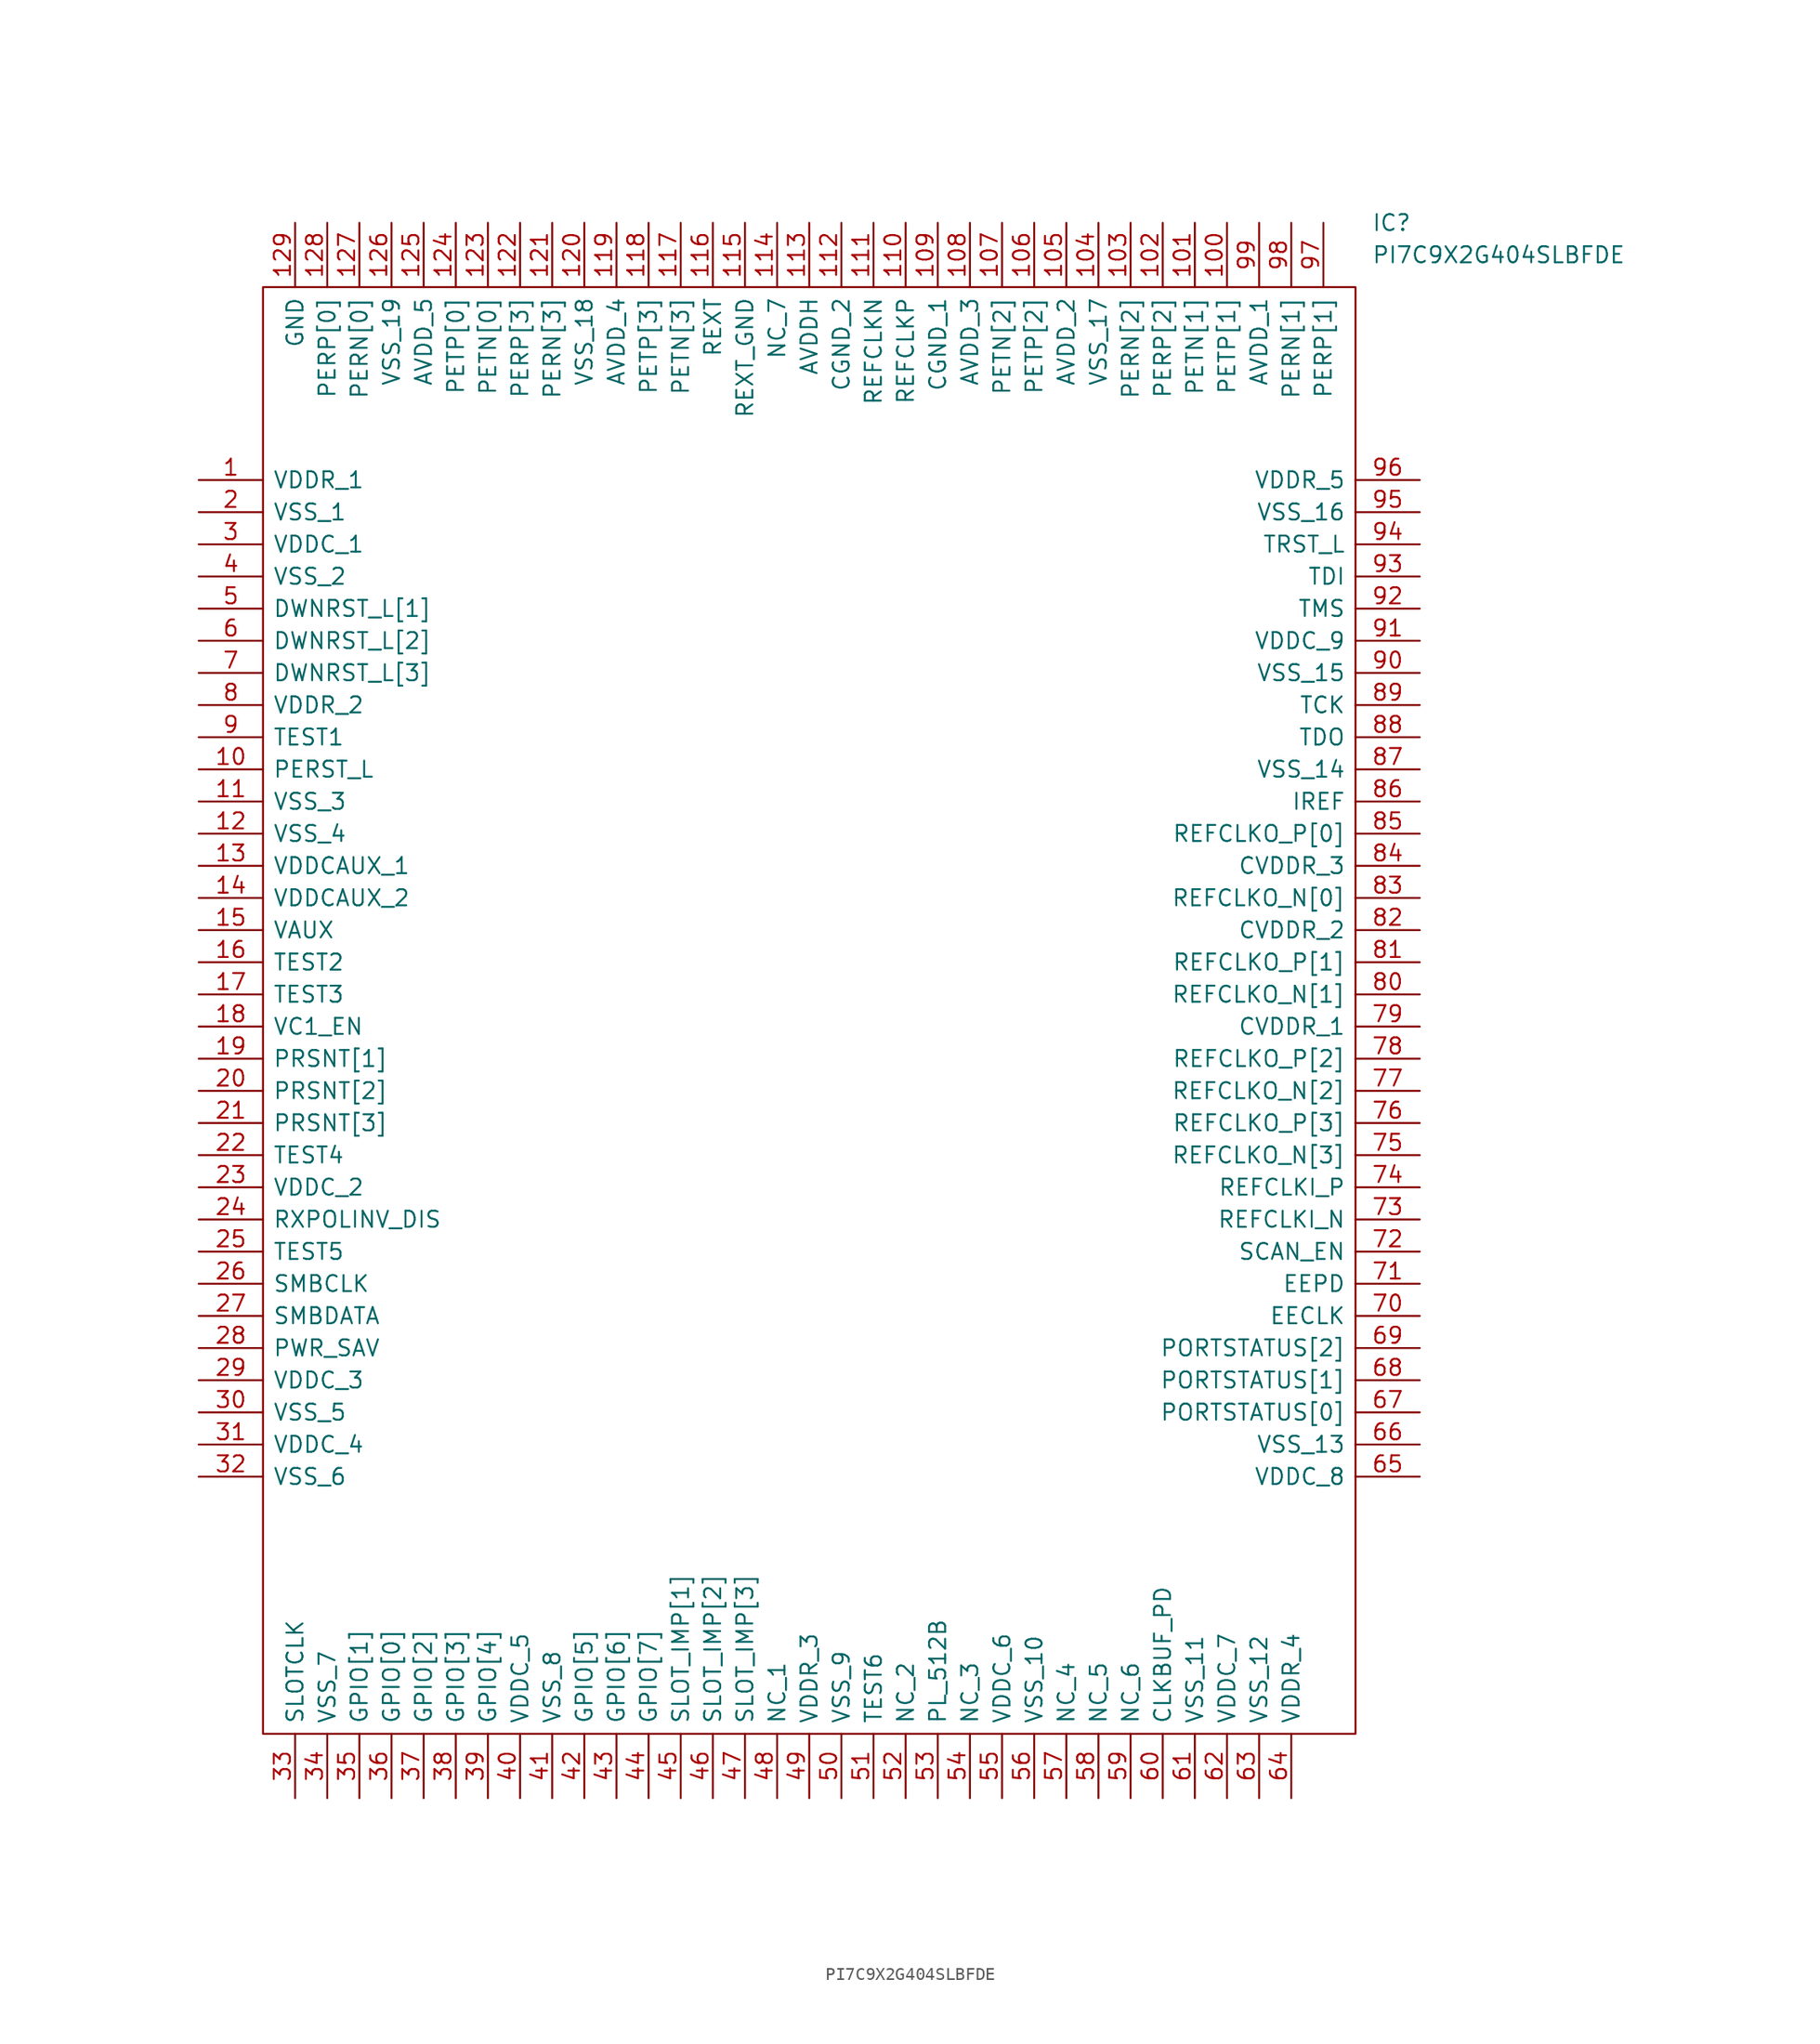
<source format=kicad_sym>
(kicad_symbol_lib
  (version 20201005)
  (generator kicad_symbol_editor)
  (symbol "CM4_MATX:PI7C9X2G404SLBFDE"
    (pin_names
      (offset 0.762))
    (property "Reference" "IC"
      (at 92.71 20.32 0)
      (effects (font (size 1.27 1.27)) (justify left)))
    (property "Value" "PI7C9X2G404SLBFDE"
      (at 92.71 17.78 0)
      (effects (font (size 1.27 1.27)) (justify left)))
    (symbol "PI7C9X2G404SLBFDE_0_1"
      (polyline (pts (xy 5.08 15.24) (xy 91.44 15.24) (xy 91.44 -99.06) (xy 5.08 -99.06) (xy 5.08 15.24)) (stroke (width 0.152)) (fill (type none))))
    (symbol "PI7C9X2G404SLBFDE_0_0"
      (pin passive line (at 0 0 0) (length 5.08) (name "VDDR_1" (effects (font (size 1.27 1.27)))) (number "1" (effects (font (size 1.27 1.27)))))
      (pin passive line (at 0 -2.54 0) (length 5.08) (name "VSS_1" (effects (font (size 1.27 1.27)))) (number "2" (effects (font (size 1.27 1.27)))))
      (pin passive line (at 0 -5.08 0) (length 5.08) (name "VDDC_1" (effects (font (size 1.27 1.27)))) (number "3" (effects (font (size 1.27 1.27)))))
      (pin passive line (at 0 -7.62 0) (length 5.08) (name "VSS_2" (effects (font (size 1.27 1.27)))) (number "4" (effects (font (size 1.27 1.27)))))
      (pin passive line (at 0 -10.16 0) (length 5.08) (name "DWNRST_L[1]" (effects (font (size 1.27 1.27)))) (number "5" (effects (font (size 1.27 1.27)))))
      (pin passive line (at 0 -12.7 0) (length 5.08) (name "DWNRST_L[2]" (effects (font (size 1.27 1.27)))) (number "6" (effects (font (size 1.27 1.27)))))
      (pin passive line (at 0 -15.24 0) (length 5.08) (name "DWNRST_L[3]" (effects (font (size 1.27 1.27)))) (number "7" (effects (font (size 1.27 1.27)))))
      (pin passive line (at 0 -17.78 0) (length 5.08) (name "VDDR_2" (effects (font (size 1.27 1.27)))) (number "8" (effects (font (size 1.27 1.27)))))
      (pin passive line (at 0 -20.32 0) (length 5.08) (name "TEST1" (effects (font (size 1.27 1.27)))) (number "9" (effects (font (size 1.27 1.27)))))
      (pin passive line (at 0 -22.86 0) (length 5.08) (name "PERST_L" (effects (font (size 1.27 1.27)))) (number "10" (effects (font (size 1.27 1.27)))))
      (pin passive line (at 0 -25.4 0) (length 5.08) (name "VSS_3" (effects (font (size 1.27 1.27)))) (number "11" (effects (font (size 1.27 1.27)))))
      (pin passive line (at 0 -27.94 0) (length 5.08) (name "VSS_4" (effects (font (size 1.27 1.27)))) (number "12" (effects (font (size 1.27 1.27)))))
      (pin passive line (at 0 -30.48 0) (length 5.08) (name "VDDCAUX_1" (effects (font (size 1.27 1.27)))) (number "13" (effects (font (size 1.27 1.27)))))
      (pin passive line (at 0 -33.02 0) (length 5.08) (name "VDDCAUX_2" (effects (font (size 1.27 1.27)))) (number "14" (effects (font (size 1.27 1.27)))))
      (pin passive line (at 0 -35.56 0) (length 5.08) (name "VAUX" (effects (font (size 1.27 1.27)))) (number "15" (effects (font (size 1.27 1.27)))))
      (pin passive line (at 0 -38.1 0) (length 5.08) (name "TEST2" (effects (font (size 1.27 1.27)))) (number "16" (effects (font (size 1.27 1.27)))))
      (pin passive line (at 0 -40.64 0) (length 5.08) (name "TEST3" (effects (font (size 1.27 1.27)))) (number "17" (effects (font (size 1.27 1.27)))))
      (pin passive line (at 0 -43.18 0) (length 5.08) (name "VC1_EN" (effects (font (size 1.27 1.27)))) (number "18" (effects (font (size 1.27 1.27)))))
      (pin passive line (at 0 -45.72 0) (length 5.08) (name "PRSNT[1]" (effects (font (size 1.27 1.27)))) (number "19" (effects (font (size 1.27 1.27)))))
      (pin passive line (at 0 -48.26 0) (length 5.08) (name "PRSNT[2]" (effects (font (size 1.27 1.27)))) (number "20" (effects (font (size 1.27 1.27)))))
      (pin passive line (at 0 -50.8 0) (length 5.08) (name "PRSNT[3]" (effects (font (size 1.27 1.27)))) (number "21" (effects (font (size 1.27 1.27)))))
      (pin passive line (at 0 -53.34 0) (length 5.08) (name "TEST4" (effects (font (size 1.27 1.27)))) (number "22" (effects (font (size 1.27 1.27)))))
      (pin passive line (at 0 -55.88 0) (length 5.08) (name "VDDC_2" (effects (font (size 1.27 1.27)))) (number "23" (effects (font (size 1.27 1.27)))))
      (pin passive line (at 0 -58.42 0) (length 5.08) (name "RXPOLINV_DIS" (effects (font (size 1.27 1.27)))) (number "24" (effects (font (size 1.27 1.27)))))
      (pin passive line (at 0 -60.96 0) (length 5.08) (name "TEST5" (effects (font (size 1.27 1.27)))) (number "25" (effects (font (size 1.27 1.27)))))
      (pin passive line (at 0 -63.5 0) (length 5.08) (name "SMBCLK" (effects (font (size 1.27 1.27)))) (number "26" (effects (font (size 1.27 1.27)))))
      (pin passive line (at 0 -66.04 0) (length 5.08) (name "SMBDATA" (effects (font (size 1.27 1.27)))) (number "27" (effects (font (size 1.27 1.27)))))
      (pin passive line (at 0 -68.58 0) (length 5.08) (name "PWR_SAV" (effects (font (size 1.27 1.27)))) (number "28" (effects (font (size 1.27 1.27)))))
      (pin passive line (at 0 -71.12 0) (length 5.08) (name "VDDC_3" (effects (font (size 1.27 1.27)))) (number "29" (effects (font (size 1.27 1.27)))))
      (pin passive line (at 0 -73.66 0) (length 5.08) (name "VSS_5" (effects (font (size 1.27 1.27)))) (number "30" (effects (font (size 1.27 1.27)))))
      (pin passive line (at 0 -76.2 0) (length 5.08) (name "VDDC_4" (effects (font (size 1.27 1.27)))) (number "31" (effects (font (size 1.27 1.27)))))
      (pin passive line (at 0 -78.74 0) (length 5.08) (name "VSS_6" (effects (font (size 1.27 1.27)))) (number "32" (effects (font (size 1.27 1.27)))))
      (pin passive line (at 7.62 -104.14 90) (length 5.08) (name "SLOTCLK" (effects (font (size 1.27 1.27)))) (number "33" (effects (font (size 1.27 1.27)))))
      (pin passive line (at 10.16 -104.14 90) (length 5.08) (name "VSS_7" (effects (font (size 1.27 1.27)))) (number "34" (effects (font (size 1.27 1.27)))))
      (pin passive line (at 12.7 -104.14 90) (length 5.08) (name "GPIO[1]" (effects (font (size 1.27 1.27)))) (number "35" (effects (font (size 1.27 1.27)))))
      (pin passive line (at 15.24 -104.14 90) (length 5.08) (name "GPIO[0]" (effects (font (size 1.27 1.27)))) (number "36" (effects (font (size 1.27 1.27)))))
      (pin passive line (at 17.78 -104.14 90) (length 5.08) (name "GPIO[2]" (effects (font (size 1.27 1.27)))) (number "37" (effects (font (size 1.27 1.27)))))
      (pin passive line (at 20.32 -104.14 90) (length 5.08) (name "GPIO[3]" (effects (font (size 1.27 1.27)))) (number "38" (effects (font (size 1.27 1.27)))))
      (pin passive line (at 22.86 -104.14 90) (length 5.08) (name "GPIO[4]" (effects (font (size 1.27 1.27)))) (number "39" (effects (font (size 1.27 1.27)))))
      (pin passive line (at 25.4 -104.14 90) (length 5.08) (name "VDDC_5" (effects (font (size 1.27 1.27)))) (number "40" (effects (font (size 1.27 1.27)))))
      (pin passive line (at 27.94 -104.14 90) (length 5.08) (name "VSS_8" (effects (font (size 1.27 1.27)))) (number "41" (effects (font (size 1.27 1.27)))))
      (pin passive line (at 30.48 -104.14 90) (length 5.08) (name "GPIO[5]" (effects (font (size 1.27 1.27)))) (number "42" (effects (font (size 1.27 1.27)))))
      (pin passive line (at 33.02 -104.14 90) (length 5.08) (name "GPIO[6]" (effects (font (size 1.27 1.27)))) (number "43" (effects (font (size 1.27 1.27)))))
      (pin passive line (at 35.56 -104.14 90) (length 5.08) (name "GPIO[7]" (effects (font (size 1.27 1.27)))) (number "44" (effects (font (size 1.27 1.27)))))
      (pin passive line (at 38.1 -104.14 90) (length 5.08) (name "SLOT_IMP[1]" (effects (font (size 1.27 1.27)))) (number "45" (effects (font (size 1.27 1.27)))))
      (pin passive line (at 40.64 -104.14 90) (length 5.08) (name "SLOT_IMP[2]" (effects (font (size 1.27 1.27)))) (number "46" (effects (font (size 1.27 1.27)))))
      (pin passive line (at 43.18 -104.14 90) (length 5.08) (name "SLOT_IMP[3]" (effects (font (size 1.27 1.27)))) (number "47" (effects (font (size 1.27 1.27)))))
      (pin passive line (at 45.72 -104.14 90) (length 5.08) (name "NC_1" (effects (font (size 1.27 1.27)))) (number "48" (effects (font (size 1.27 1.27)))))
      (pin passive line (at 48.26 -104.14 90) (length 5.08) (name "VDDR_3" (effects (font (size 1.27 1.27)))) (number "49" (effects (font (size 1.27 1.27)))))
      (pin passive line (at 50.8 -104.14 90) (length 5.08) (name "VSS_9" (effects (font (size 1.27 1.27)))) (number "50" (effects (font (size 1.27 1.27)))))
      (pin passive line (at 53.34 -104.14 90) (length 5.08) (name "TEST6" (effects (font (size 1.27 1.27)))) (number "51" (effects (font (size 1.27 1.27)))))
      (pin passive line (at 55.88 -104.14 90) (length 5.08) (name "NC_2" (effects (font (size 1.27 1.27)))) (number "52" (effects (font (size 1.27 1.27)))))
      (pin passive line (at 58.42 -104.14 90) (length 5.08) (name "PL_512B" (effects (font (size 1.27 1.27)))) (number "53" (effects (font (size 1.27 1.27)))))
      (pin passive line (at 60.96 -104.14 90) (length 5.08) (name "NC_3" (effects (font (size 1.27 1.27)))) (number "54" (effects (font (size 1.27 1.27)))))
      (pin passive line (at 63.5 -104.14 90) (length 5.08) (name "VDDC_6" (effects (font (size 1.27 1.27)))) (number "55" (effects (font (size 1.27 1.27)))))
      (pin passive line (at 66.04 -104.14 90) (length 5.08) (name "VSS_10" (effects (font (size 1.27 1.27)))) (number "56" (effects (font (size 1.27 1.27)))))
      (pin passive line (at 68.58 -104.14 90) (length 5.08) (name "NC_4" (effects (font (size 1.27 1.27)))) (number "57" (effects (font (size 1.27 1.27)))))
      (pin passive line (at 71.12 -104.14 90) (length 5.08) (name "NC_5" (effects (font (size 1.27 1.27)))) (number "58" (effects (font (size 1.27 1.27)))))
      (pin passive line (at 73.66 -104.14 90) (length 5.08) (name "NC_6" (effects (font (size 1.27 1.27)))) (number "59" (effects (font (size 1.27 1.27)))))
      (pin passive line (at 76.2 -104.14 90) (length 5.08) (name "CLKBUF_PD" (effects (font (size 1.27 1.27)))) (number "60" (effects (font (size 1.27 1.27)))))
      (pin passive line (at 78.74 -104.14 90) (length 5.08) (name "VSS_11" (effects (font (size 1.27 1.27)))) (number "61" (effects (font (size 1.27 1.27)))))
      (pin passive line (at 81.28 -104.14 90) (length 5.08) (name "VDDC_7" (effects (font (size 1.27 1.27)))) (number "62" (effects (font (size 1.27 1.27)))))
      (pin passive line (at 83.82 -104.14 90) (length 5.08) (name "VSS_12" (effects (font (size 1.27 1.27)))) (number "63" (effects (font (size 1.27 1.27)))))
      (pin passive line (at 86.36 -104.14 90) (length 5.08) (name "VDDR_4" (effects (font (size 1.27 1.27)))) (number "64" (effects (font (size 1.27 1.27)))))
      (pin passive line (at 96.52 0 180) (length 5.08) (name "VDDR_5" (effects (font (size 1.27 1.27)))) (number "96" (effects (font (size 1.27 1.27)))))
      (pin passive line (at 96.52 -2.54 180) (length 5.08) (name "VSS_16" (effects (font (size 1.27 1.27)))) (number "95" (effects (font (size 1.27 1.27)))))
      (pin passive line (at 96.52 -5.08 180) (length 5.08) (name "TRST_L" (effects (font (size 1.27 1.27)))) (number "94" (effects (font (size 1.27 1.27)))))
      (pin passive line (at 96.52 -7.62 180) (length 5.08) (name "TDI" (effects (font (size 1.27 1.27)))) (number "93" (effects (font (size 1.27 1.27)))))
      (pin passive line (at 96.52 -10.16 180) (length 5.08) (name "TMS" (effects (font (size 1.27 1.27)))) (number "92" (effects (font (size 1.27 1.27)))))
      (pin passive line (at 96.52 -12.7 180) (length 5.08) (name "VDDC_9" (effects (font (size 1.27 1.27)))) (number "91" (effects (font (size 1.27 1.27)))))
      (pin passive line (at 96.52 -15.24 180) (length 5.08) (name "VSS_15" (effects (font (size 1.27 1.27)))) (number "90" (effects (font (size 1.27 1.27)))))
      (pin passive line (at 96.52 -17.78 180) (length 5.08) (name "TCK" (effects (font (size 1.27 1.27)))) (number "89" (effects (font (size 1.27 1.27)))))
      (pin passive line (at 96.52 -20.32 180) (length 5.08) (name "TDO" (effects (font (size 1.27 1.27)))) (number "88" (effects (font (size 1.27 1.27)))))
      (pin passive line (at 96.52 -22.86 180) (length 5.08) (name "VSS_14" (effects (font (size 1.27 1.27)))) (number "87" (effects (font (size 1.27 1.27)))))
      (pin passive line (at 96.52 -25.4 180) (length 5.08) (name "IREF" (effects (font (size 1.27 1.27)))) (number "86" (effects (font (size 1.27 1.27)))))
      (pin passive line (at 96.52 -27.94 180) (length 5.08) (name "REFCLKO_P[0]" (effects (font (size 1.27 1.27)))) (number "85" (effects (font (size 1.27 1.27)))))
      (pin passive line (at 96.52 -30.48 180) (length 5.08) (name "CVDDR_3" (effects (font (size 1.27 1.27)))) (number "84" (effects (font (size 1.27 1.27)))))
      (pin passive line (at 96.52 -33.02 180) (length 5.08) (name "REFCLKO_N[0]" (effects (font (size 1.27 1.27)))) (number "83" (effects (font (size 1.27 1.27)))))
      (pin passive line (at 96.52 -35.56 180) (length 5.08) (name "CVDDR_2" (effects (font (size 1.27 1.27)))) (number "82" (effects (font (size 1.27 1.27)))))
      (pin passive line (at 96.52 -38.1 180) (length 5.08) (name "REFCLKO_P[1]" (effects (font (size 1.27 1.27)))) (number "81" (effects (font (size 1.27 1.27)))))
      (pin passive line (at 96.52 -40.64 180) (length 5.08) (name "REFCLKO_N[1]" (effects (font (size 1.27 1.27)))) (number "80" (effects (font (size 1.27 1.27)))))
      (pin passive line (at 96.52 -43.18 180) (length 5.08) (name "CVDDR_1" (effects (font (size 1.27 1.27)))) (number "79" (effects (font (size 1.27 1.27)))))
      (pin passive line (at 96.52 -45.72 180) (length 5.08) (name "REFCLKO_P[2]" (effects (font (size 1.27 1.27)))) (number "78" (effects (font (size 1.27 1.27)))))
      (pin passive line (at 96.52 -48.26 180) (length 5.08) (name "REFCLKO_N[2]" (effects (font (size 1.27 1.27)))) (number "77" (effects (font (size 1.27 1.27)))))
      (pin passive line (at 96.52 -50.8 180) (length 5.08) (name "REFCLKO_P[3]" (effects (font (size 1.27 1.27)))) (number "76" (effects (font (size 1.27 1.27)))))
      (pin passive line (at 96.52 -53.34 180) (length 5.08) (name "REFCLKO_N[3]" (effects (font (size 1.27 1.27)))) (number "75" (effects (font (size 1.27 1.27)))))
      (pin passive line (at 96.52 -55.88 180) (length 5.08) (name "REFCLKI_P" (effects (font (size 1.27 1.27)))) (number "74" (effects (font (size 1.27 1.27)))))
      (pin passive line (at 96.52 -58.42 180) (length 5.08) (name "REFCLKI_N" (effects (font (size 1.27 1.27)))) (number "73" (effects (font (size 1.27 1.27)))))
      (pin passive line (at 96.52 -60.96 180) (length 5.08) (name "SCAN_EN" (effects (font (size 1.27 1.27)))) (number "72" (effects (font (size 1.27 1.27)))))
      (pin passive line (at 96.52 -63.5 180) (length 5.08) (name "EEPD" (effects (font (size 1.27 1.27)))) (number "71" (effects (font (size 1.27 1.27)))))
      (pin passive line (at 96.52 -66.04 180) (length 5.08) (name "EECLK" (effects (font (size 1.27 1.27)))) (number "70" (effects (font (size 1.27 1.27)))))
      (pin passive line (at 96.52 -68.58 180) (length 5.08) (name "PORTSTATUS[2]" (effects (font (size 1.27 1.27)))) (number "69" (effects (font (size 1.27 1.27)))))
      (pin passive line (at 96.52 -71.12 180) (length 5.08) (name "PORTSTATUS[1]" (effects (font (size 1.27 1.27)))) (number "68" (effects (font (size 1.27 1.27)))))
      (pin passive line (at 96.52 -73.66 180) (length 5.08) (name "PORTSTATUS[0]" (effects (font (size 1.27 1.27)))) (number "67" (effects (font (size 1.27 1.27)))))
      (pin passive line (at 96.52 -76.2 180) (length 5.08) (name "VSS_13" (effects (font (size 1.27 1.27)))) (number "66" (effects (font (size 1.27 1.27)))))
      (pin passive line (at 96.52 -78.74 180) (length 5.08) (name "VDDC_8" (effects (font (size 1.27 1.27)))) (number "65" (effects (font (size 1.27 1.27)))))
      (pin passive line (at 7.62 20.32 270) (length 5.08) (name "GND" (effects (font (size 1.27 1.27)))) (number "129" (effects (font (size 1.27 1.27)))))
      (pin passive line (at 10.16 20.32 270) (length 5.08) (name "PERP[0]" (effects (font (size 1.27 1.27)))) (number "128" (effects (font (size 1.27 1.27)))))
      (pin passive line (at 12.7 20.32 270) (length 5.08) (name "PERN[0]" (effects (font (size 1.27 1.27)))) (number "127" (effects (font (size 1.27 1.27)))))
      (pin passive line (at 15.24 20.32 270) (length 5.08) (name "VSS_19" (effects (font (size 1.27 1.27)))) (number "126" (effects (font (size 1.27 1.27)))))
      (pin passive line (at 17.78 20.32 270) (length 5.08) (name "AVDD_5" (effects (font (size 1.27 1.27)))) (number "125" (effects (font (size 1.27 1.27)))))
      (pin passive line (at 20.32 20.32 270) (length 5.08) (name "PETP[0]" (effects (font (size 1.27 1.27)))) (number "124" (effects (font (size 1.27 1.27)))))
      (pin passive line (at 22.86 20.32 270) (length 5.08) (name "PETN[0]" (effects (font (size 1.27 1.27)))) (number "123" (effects (font (size 1.27 1.27)))))
      (pin passive line (at 25.4 20.32 270) (length 5.08) (name "PERP[3]" (effects (font (size 1.27 1.27)))) (number "122" (effects (font (size 1.27 1.27)))))
      (pin passive line (at 27.94 20.32 270) (length 5.08) (name "PERN[3]" (effects (font (size 1.27 1.27)))) (number "121" (effects (font (size 1.27 1.27)))))
      (pin passive line (at 30.48 20.32 270) (length 5.08) (name "VSS_18" (effects (font (size 1.27 1.27)))) (number "120" (effects (font (size 1.27 1.27)))))
      (pin passive line (at 33.02 20.32 270) (length 5.08) (name "AVDD_4" (effects (font (size 1.27 1.27)))) (number "119" (effects (font (size 1.27 1.27)))))
      (pin passive line (at 35.56 20.32 270) (length 5.08) (name "PETP[3]" (effects (font (size 1.27 1.27)))) (number "118" (effects (font (size 1.27 1.27)))))
      (pin passive line (at 38.1 20.32 270) (length 5.08) (name "PETN[3]" (effects (font (size 1.27 1.27)))) (number "117" (effects (font (size 1.27 1.27)))))
      (pin passive line (at 40.64 20.32 270) (length 5.08) (name "REXT" (effects (font (size 1.27 1.27)))) (number "116" (effects (font (size 1.27 1.27)))))
      (pin passive line (at 43.18 20.32 270) (length 5.08) (name "REXT_GND" (effects (font (size 1.27 1.27)))) (number "115" (effects (font (size 1.27 1.27)))))
      (pin passive line (at 45.72 20.32 270) (length 5.08) (name "NC_7" (effects (font (size 1.27 1.27)))) (number "114" (effects (font (size 1.27 1.27)))))
      (pin passive line (at 48.26 20.32 270) (length 5.08) (name "AVDDH" (effects (font (size 1.27 1.27)))) (number "113" (effects (font (size 1.27 1.27)))))
      (pin passive line (at 50.8 20.32 270) (length 5.08) (name "CGND_2" (effects (font (size 1.27 1.27)))) (number "112" (effects (font (size 1.27 1.27)))))
      (pin passive line (at 53.34 20.32 270) (length 5.08) (name "REFCLKN" (effects (font (size 1.27 1.27)))) (number "111" (effects (font (size 1.27 1.27)))))
      (pin passive line (at 55.88 20.32 270) (length 5.08) (name "REFCLKP" (effects (font (size 1.27 1.27)))) (number "110" (effects (font (size 1.27 1.27)))))
      (pin passive line (at 58.42 20.32 270) (length 5.08) (name "CGND_1" (effects (font (size 1.27 1.27)))) (number "109" (effects (font (size 1.27 1.27)))))
      (pin passive line (at 60.96 20.32 270) (length 5.08) (name "AVDD_3" (effects (font (size 1.27 1.27)))) (number "108" (effects (font (size 1.27 1.27)))))
      (pin passive line (at 63.5 20.32 270) (length 5.08) (name "PETN[2]" (effects (font (size 1.27 1.27)))) (number "107" (effects (font (size 1.27 1.27)))))
      (pin passive line (at 66.04 20.32 270) (length 5.08) (name "PETP[2]" (effects (font (size 1.27 1.27)))) (number "106" (effects (font (size 1.27 1.27)))))
      (pin passive line (at 68.58 20.32 270) (length 5.08) (name "AVDD_2" (effects (font (size 1.27 1.27)))) (number "105" (effects (font (size 1.27 1.27)))))
      (pin passive line (at 71.12 20.32 270) (length 5.08) (name "VSS_17" (effects (font (size 1.27 1.27)))) (number "104" (effects (font (size 1.27 1.27)))))
      (pin passive line (at 73.66 20.32 270) (length 5.08) (name "PERN[2]" (effects (font (size 1.27 1.27)))) (number "103" (effects (font (size 1.27 1.27)))))
      (pin passive line (at 76.2 20.32 270) (length 5.08) (name "PERP[2]" (effects (font (size 1.27 1.27)))) (number "102" (effects (font (size 1.27 1.27)))))
      (pin passive line (at 78.74 20.32 270) (length 5.08) (name "PETN[1]" (effects (font (size 1.27 1.27)))) (number "101" (effects (font (size 1.27 1.27)))))
      (pin passive line (at 81.28 20.32 270) (length 5.08) (name "PETP[1]" (effects (font (size 1.27 1.27)))) (number "100" (effects (font (size 1.27 1.27)))))
      (pin passive line (at 83.82 20.32 270) (length 5.08) (name "AVDD_1" (effects (font (size 1.27 1.27)))) (number "99" (effects (font (size 1.27 1.27)))))
      (pin passive line (at 86.36 20.32 270) (length 5.08) (name "PERN[1]" (effects (font (size 1.27 1.27)))) (number "98" (effects (font (size 1.27 1.27)))))
      (pin passive line (at 88.9 20.32 270) (length 5.08) (name "PERP[1]" (effects (font (size 1.27 1.27)))) (number "97" (effects (font (size 1.27 1.27))))))))
</source>
